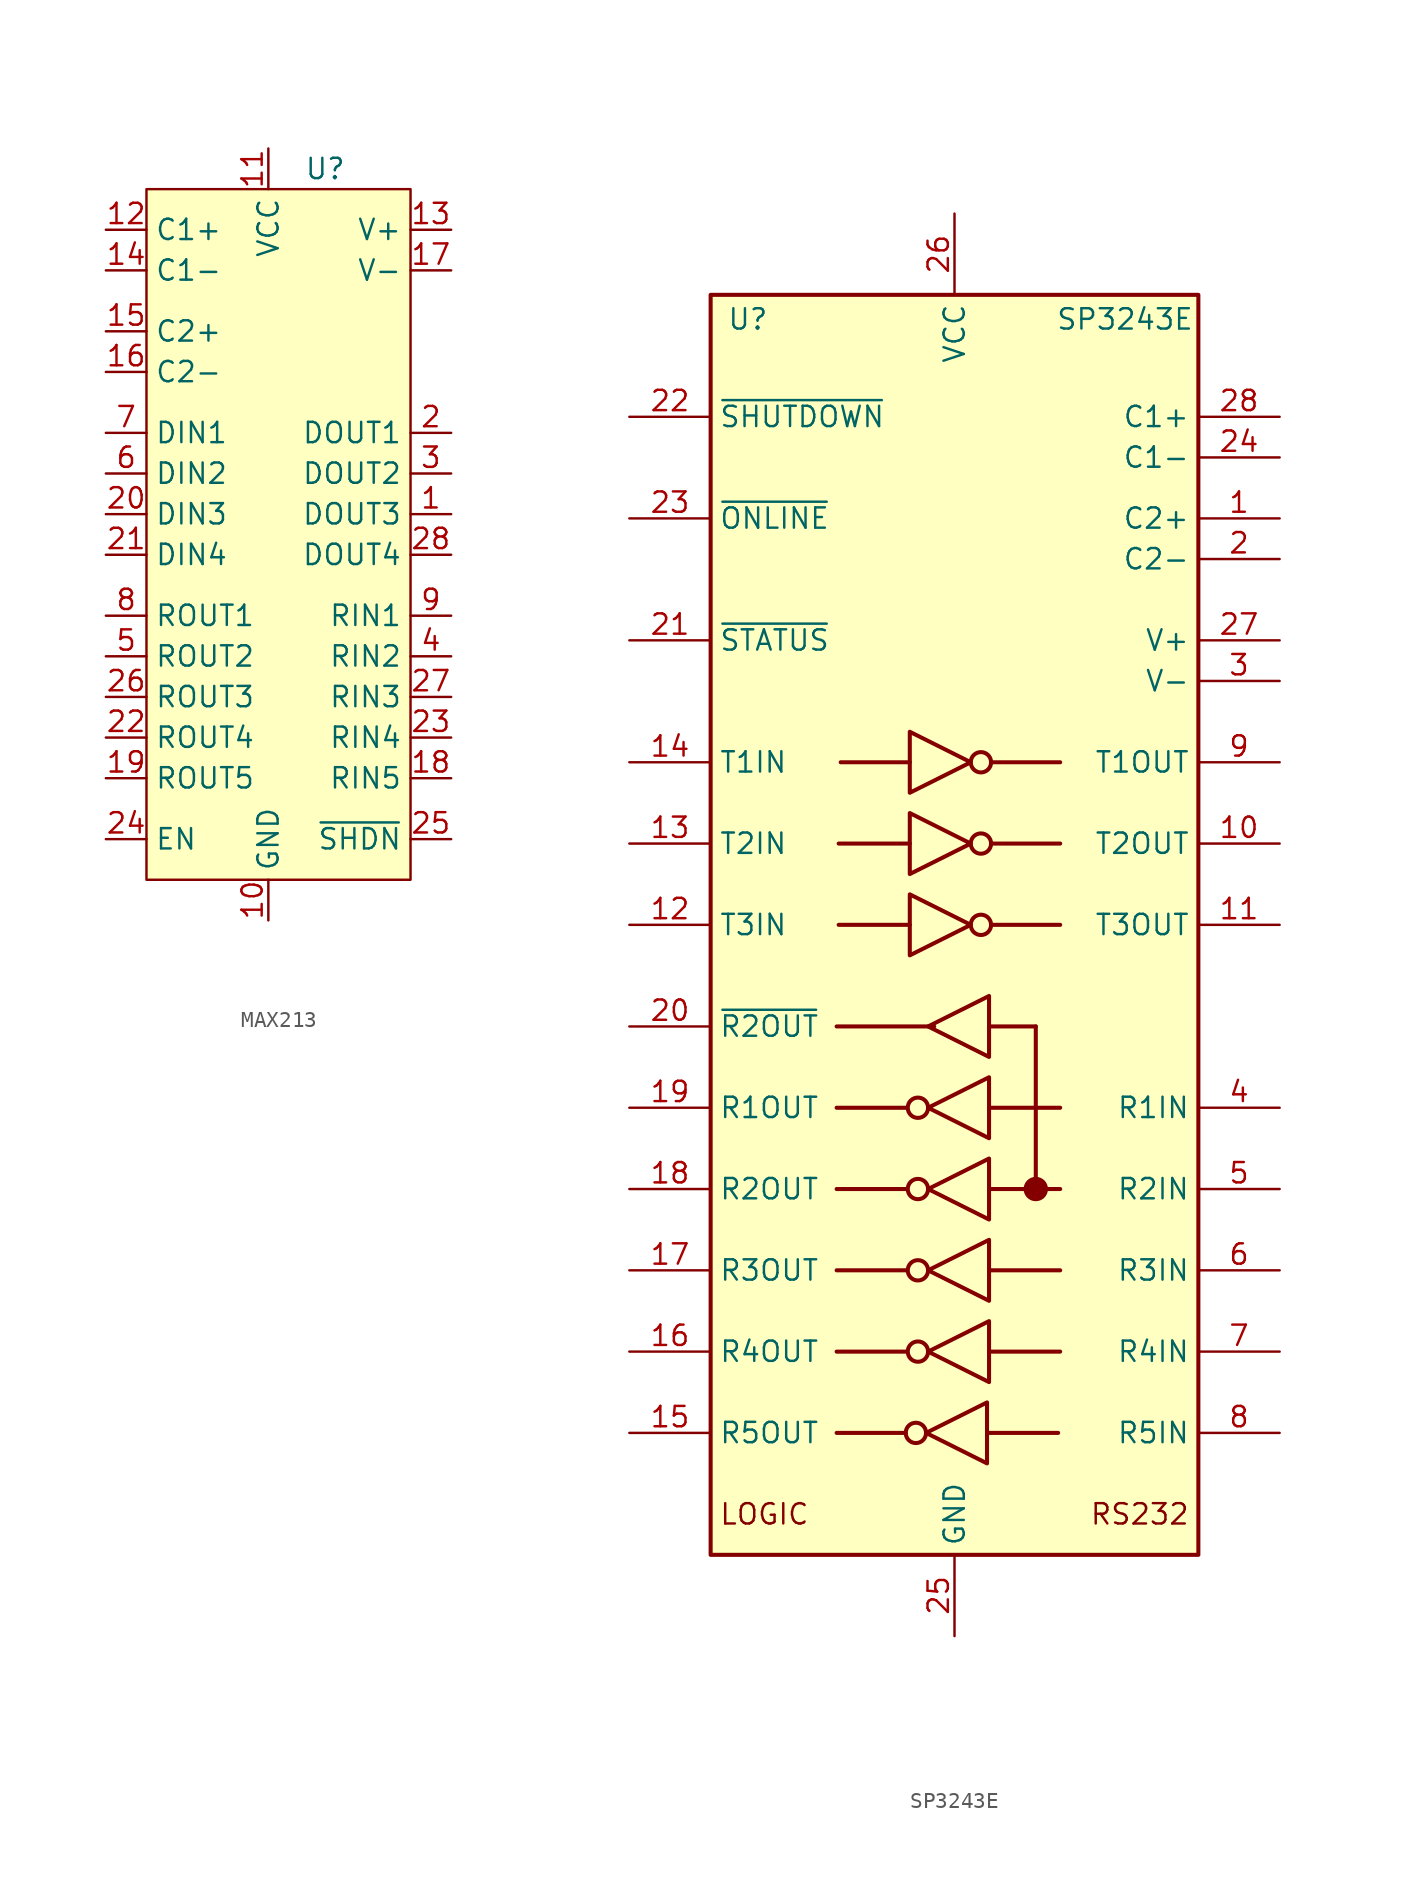
<source format=kicad_sym>
(kicad_symbol_lib
  (version 20241209)
  (generator "kicad_symbol_editor")
  (generator_version "9.0")
  (symbol "MAX213"
    (property "Reference" "U"
      (at 3.556 22.86 0)
      (effects (font (size 1.27 1.27))))
    (property "Value" ""
      (at 0 0 0)
      (effects (font (size 1.27 1.27))))
    (symbol "MAX213_0_1"
      (rectangle (start -7.62 21.59) (end 8.89 -21.59) (stroke (width 0) (type default)) (fill (type background))))
    (symbol "MAX213_1_1"
      (pin passive line (at -10.16 19.05 0) (length 2.54) (name "C1+" (effects (font (size 1.27 1.27)))) (number "12" (effects (font (size 1.27 1.27)))))
      (pin passive line (at -10.16 16.51 0) (length 2.54) (name "C1-" (effects (font (size 1.27 1.27)))) (number "14" (effects (font (size 1.27 1.27)))))
      (pin passive line (at -10.16 12.7 0) (length 2.54) (name "C2+" (effects (font (size 1.27 1.27)))) (number "15" (effects (font (size 1.27 1.27)))))
      (pin passive line (at -10.16 10.16 0) (length 2.54) (name "C2-" (effects (font (size 1.27 1.27)))) (number "16" (effects (font (size 1.27 1.27)))))
      (pin input line (at -10.16 6.35 0) (length 2.54) (name "DIN1" (effects (font (size 1.27 1.27)))) (number "7" (effects (font (size 1.27 1.27)))))
      (pin input line (at -10.16 3.81 0) (length 2.54) (name "DIN2" (effects (font (size 1.27 1.27)))) (number "6" (effects (font (size 1.27 1.27)))))
      (pin input line (at -10.16 1.27 0) (length 2.54) (name "DIN3" (effects (font (size 1.27 1.27)))) (number "20" (effects (font (size 1.27 1.27)))))
      (pin input line (at -10.16 -1.27 0) (length 2.54) (name "DIN4" (effects (font (size 1.27 1.27)))) (number "21" (effects (font (size 1.27 1.27)))))
      (pin output line (at -10.16 -5.08 0) (length 2.54) (name "ROUT1" (effects (font (size 1.27 1.27)))) (number "8" (effects (font (size 1.27 1.27)))))
      (pin output line (at -10.16 -7.62 0) (length 2.54) (name "ROUT2" (effects (font (size 1.27 1.27)))) (number "5" (effects (font (size 1.27 1.27)))))
      (pin output line (at -10.16 -10.16 0) (length 2.54) (name "ROUT3" (effects (font (size 1.27 1.27)))) (number "26" (effects (font (size 1.27 1.27)))))
      (pin output line (at -10.16 -12.7 0) (length 2.54) (name "ROUT4" (effects (font (size 1.27 1.27)))) (number "22" (effects (font (size 1.27 1.27)))))
      (pin output line (at -10.16 -15.24 0) (length 2.54) (name "ROUT5" (effects (font (size 1.27 1.27)))) (number "19" (effects (font (size 1.27 1.27)))))
      (pin input line (at -10.16 -19.05 0) (length 2.54) (name "EN" (effects (font (size 1.27 1.27)))) (number "24" (effects (font (size 1.27 1.27)))))
      (pin power_in line (at 0 24.13 270) (length 2.54) (name "VCC" (effects (font (size 1.27 1.27)))) (number "11" (effects (font (size 1.27 1.27)))))
      (pin power_in line (at 0 -24.13 90) (length 2.54) (name "GND" (effects (font (size 1.27 1.27)))) (number "10" (effects (font (size 1.27 1.27)))))
      (pin power_in line (at 11.43 19.05 180) (length 2.54) (name "V+" (effects (font (size 1.27 1.27)))) (number "13" (effects (font (size 1.27 1.27)))))
      (pin power_in line (at 11.43 16.51 180) (length 2.54) (name "V-" (effects (font (size 1.27 1.27)))) (number "17" (effects (font (size 1.27 1.27)))))
      (pin output line (at 11.43 6.35 180) (length 2.54) (name "DOUT1" (effects (font (size 1.27 1.27)))) (number "2" (effects (font (size 1.27 1.27)))))
      (pin output line (at 11.43 3.81 180) (length 2.54) (name "DOUT2" (effects (font (size 1.27 1.27)))) (number "3" (effects (font (size 1.27 1.27)))))
      (pin output line (at 11.43 1.27 180) (length 2.54) (name "DOUT3" (effects (font (size 1.27 1.27)))) (number "1" (effects (font (size 1.27 1.27)))))
      (pin output line (at 11.43 -1.27 180) (length 2.54) (name "DOUT4" (effects (font (size 1.27 1.27)))) (number "28" (effects (font (size 1.27 1.27)))))
      (pin input line (at 11.43 -5.08 180) (length 2.54) (name "RIN1" (effects (font (size 1.27 1.27)))) (number "9" (effects (font (size 1.27 1.27)))))
      (pin input line (at 11.43 -7.62 180) (length 2.54) (name "RIN2" (effects (font (size 1.27 1.27)))) (number "4" (effects (font (size 1.27 1.27)))))
      (pin input line (at 11.43 -10.16 180) (length 2.54) (name "RIN3" (effects (font (size 1.27 1.27)))) (number "27" (effects (font (size 1.27 1.27)))))
      (pin input line (at 11.43 -12.7 180) (length 2.54) (name "RIN4" (effects (font (size 1.27 1.27)))) (number "23" (effects (font (size 1.27 1.27)))))
      (pin input line (at 11.43 -15.24 180) (length 2.54) (name "RIN5" (effects (font (size 1.27 1.27)))) (number "18" (effects (font (size 1.27 1.27)))))
      (pin input line (at 11.43 -19.05 180) (length 2.54) (name "~{SHDN}" (effects (font (size 1.27 1.27)))) (number "25" (effects (font (size 1.27 1.27)))))))
  (symbol "SP3243E"
    (property "Reference" "U"
      (at -14.224 37.846 0)
      (effects (font (size 1.27 1.27)) (justify left)))
    (property "Value" "SP3243E"
      (at 14.986 37.846 0)
      (effects (font (size 1.27 1.27)) (justify right)))
    (symbol "SP3243E_0_1"
      (rectangle (start -15.24 39.37) (end 15.24 -39.37) (stroke (width 0.254) (type default)) (fill (type background)))
      (polyline (pts (xy -7.366 -31.75) (xy -3.048 -31.75)) (stroke (width 0.254) (type default)) (fill (type none)))
      (polyline (pts (xy -3.048 -11.43) (xy -7.366 -11.43)) (stroke (width 0.254) (type default)) (fill (type none)))
      (polyline (pts (xy -3.048 -16.51) (xy -7.366 -16.51)) (stroke (width 0.254) (type default)) (fill (type none)))
      (polyline (pts (xy -3.048 -21.59) (xy -7.366 -21.59)) (stroke (width 0.254) (type default)) (fill (type none)))
      (polyline (pts (xy -3.048 -26.67) (xy -7.366 -26.67)) (stroke (width 0.254) (type default)) (fill (type none)))
      (polyline (pts (xy -2.794 12.065) (xy -2.794 8.255) (xy 1.016 10.16) (xy -2.794 12.065)) (stroke (width 0.254) (type default)) (fill (type none)))
      (polyline (pts (xy -2.794 10.16) (xy -7.112 10.16)) (stroke (width 0.254) (type default)) (fill (type none)))
      (polyline (pts (xy -2.794 6.985) (xy -2.794 3.175) (xy 1.016 5.08) (xy -2.794 6.985)) (stroke (width 0.254) (type default)) (fill (type none)))
      (polyline (pts (xy -2.794 5.08) (xy -7.239 5.08)) (stroke (width 0.254) (type default)) (fill (type none)))
      (polyline (pts (xy -2.794 1.905) (xy -2.794 -1.905) (xy 1.016 0) (xy -2.794 1.905)) (stroke (width 0.254) (type default)) (fill (type none)))
      (polyline (pts (xy -2.794 0) (xy -7.239 0)) (stroke (width 0.254) (type default)) (fill (type none)))
      (circle (center -2.413 -31.75) (radius 0.635) (stroke (width 0.254) (type default)) (fill (type none)))
      (circle (center -2.286 -11.43) (radius 0.635) (stroke (width 0.254) (type default)) (fill (type none)))
      (circle (center -2.286 -16.51) (radius 0.635) (stroke (width 0.254) (type default)) (fill (type none)))
      (circle (center -2.286 -21.59) (radius 0.635) (stroke (width 0.254) (type default)) (fill (type none)))
      (circle (center -2.286 -26.67) (radius 0.635) (stroke (width 0.254) (type default)) (fill (type none)))
      (polyline (pts (xy -1.27 -6.35) (xy -7.366 -6.35)) (stroke (width 0.254) (type default)) (fill (type none)))
      (circle (center 1.651 10.16) (radius 0.635) (stroke (width 0.254) (type default)) (fill (type none)))
      (circle (center 1.651 5.08) (radius 0.635) (stroke (width 0.254) (type default)) (fill (type none)))
      (circle (center 1.651 0) (radius 0.635) (stroke (width 0.254) (type default)) (fill (type none)))
      (polyline (pts (xy 2.032 -29.845) (xy 2.032 -33.655) (xy -1.778 -31.75) (xy 2.032 -29.845)) (stroke (width 0.254) (type default)) (fill (type none)))
      (polyline (pts (xy 2.032 -31.75) (xy 6.477 -31.75)) (stroke (width 0.254) (type default)) (fill (type none)))
      (polyline (pts (xy 2.159 -4.445) (xy 2.159 -8.255) (xy -1.651 -6.35) (xy 2.159 -4.445)) (stroke (width 0.254) (type default)) (fill (type none)))
      (polyline (pts (xy 2.159 -6.35) (xy 5.08 -6.35)) (stroke (width 0.254) (type default)) (fill (type none)))
      (polyline (pts (xy 2.159 -9.525) (xy 2.159 -13.335) (xy -1.651 -11.43) (xy 2.159 -9.525)) (stroke (width 0.254) (type default)) (fill (type none)))
      (polyline (pts (xy 2.159 -11.43) (xy 6.604 -11.43)) (stroke (width 0.254) (type default)) (fill (type none)))
      (polyline (pts (xy 2.159 -14.605) (xy 2.159 -18.415) (xy -1.651 -16.51) (xy 2.159 -14.605)) (stroke (width 0.254) (type default)) (fill (type none)))
      (polyline (pts (xy 2.159 -16.51) (xy 6.604 -16.51)) (stroke (width 0.254) (type default)) (fill (type none)))
      (polyline (pts (xy 2.159 -19.685) (xy 2.159 -23.495) (xy -1.651 -21.59) (xy 2.159 -19.685)) (stroke (width 0.254) (type default)) (fill (type none)))
      (polyline (pts (xy 2.159 -21.59) (xy 6.604 -21.59)) (stroke (width 0.254) (type default)) (fill (type none)))
      (polyline (pts (xy 2.159 -24.765) (xy 2.159 -28.575) (xy -1.651 -26.67) (xy 2.159 -24.765)) (stroke (width 0.254) (type default)) (fill (type none)))
      (polyline (pts (xy 2.159 -26.67) (xy 6.604 -26.67)) (stroke (width 0.254) (type default)) (fill (type none)))
      (polyline (pts (xy 6.604 10.16) (xy 2.286 10.16)) (stroke (width 0.254) (type default)) (fill (type none)))
      (polyline (pts (xy 6.604 5.08) (xy 2.286 5.08)) (stroke (width 0.254) (type default)) (fill (type none)))
      (polyline (pts (xy 6.604 0) (xy 2.286 0)) (stroke (width 0.254) (type default)) (fill (type none))))
    (symbol "SP3243E_1_0"
      (text "LOGIC" (at -14.732 -36.83 0) (effects (font (size 1.27 1.27)) (justify left)))
      (text "RS232" (at 14.732 -36.83 0) (effects (font (size 1.27 1.27)) (justify right)))
      (pin input line (at -20.32 0 0) (length 5.08) (name "T3IN" (effects (font (size 1.27 1.27)))) (number "12" (effects (font (size 1.27 1.27)))))
      (pin tri_state line (at -20.32 -31.75 0) (length 5.08) (name "R5OUT" (effects (font (size 1.27 1.27)))) (number "15" (effects (font (size 1.27 1.27)))))
      (pin output line (at 20.32 0 180) (length 5.08) (name "T3OUT" (effects (font (size 1.27 1.27)))) (number "11" (effects (font (size 1.27 1.27)))))
      (pin input line (at 20.32 -31.75 180) (length 5.08) (name "R5IN" (effects (font (size 1.27 1.27)))) (number "8" (effects (font (size 1.27 1.27))))))
    (symbol "SP3243E_1_1"
      (polyline (pts (xy 5.08 -16.51) (xy 5.08 -6.35)) (stroke (width 0.254) (type solid)) (fill (type none)))
      (circle (center 5.08 -16.51) (radius 0.0001) (stroke (width 0.762) (type solid)) (fill (type none)))
      (pin input line (at -20.32 31.75 0) (length 5.08) (name "~{SHUTDOWN}" (effects (font (size 1.27 1.27)))) (number "22" (effects (font (size 1.27 1.27)))))
      (pin input line (at -20.32 25.4 0) (length 5.08) (name "~{ONLINE}" (effects (font (size 1.27 1.27)))) (number "23" (effects (font (size 1.27 1.27)))))
      (pin output line (at -20.32 17.78 0) (length 5.08) (name "~{STATUS}" (effects (font (size 1.27 1.27)))) (number "21" (effects (font (size 1.27 1.27)))))
      (pin input line (at -20.32 10.16 0) (length 5.08) (name "T1IN" (effects (font (size 1.27 1.27)))) (number "14" (effects (font (size 1.27 1.27)))))
      (pin input line (at -20.32 5.08 0) (length 5.08) (name "T2IN" (effects (font (size 1.27 1.27)))) (number "13" (effects (font (size 1.27 1.27)))))
      (pin tri_state line (at -20.32 -6.35 0) (length 5.08) (name "~{R2OUT}" (effects (font (size 1.27 1.27)))) (number "20" (effects (font (size 1.27 1.27)))))
      (pin tri_state line (at -20.32 -11.43 0) (length 5.08) (name "R1OUT" (effects (font (size 1.27 1.27)))) (number "19" (effects (font (size 1.27 1.27)))))
      (pin tri_state line (at -20.32 -16.51 0) (length 5.08) (name "R2OUT" (effects (font (size 1.27 1.27)))) (number "18" (effects (font (size 1.27 1.27)))))
      (pin tri_state line (at -20.32 -21.59 0) (length 5.08) (name "R3OUT" (effects (font (size 1.27 1.27)))) (number "17" (effects (font (size 1.27 1.27)))))
      (pin tri_state line (at -20.32 -26.67 0) (length 5.08) (name "R4OUT" (effects (font (size 1.27 1.27)))) (number "16" (effects (font (size 1.27 1.27)))))
      (pin power_in line (at 0 44.45 270) (length 5.08) (name "VCC" (effects (font (size 1.27 1.27)))) (number "26" (effects (font (size 1.27 1.27)))))
      (pin power_in line (at 0 -44.45 90) (length 5.08) (name "GND" (effects (font (size 1.27 1.27)))) (number "25" (effects (font (size 1.27 1.27)))))
      (pin passive line (at 20.32 31.75 180) (length 5.08) (name "C1+" (effects (font (size 1.27 1.27)))) (number "28" (effects (font (size 1.27 1.27)))))
      (pin passive line (at 20.32 29.21 180) (length 5.08) (name "C1-" (effects (font (size 1.27 1.27)))) (number "24" (effects (font (size 1.27 1.27)))))
      (pin passive line (at 20.32 25.4 180) (length 5.08) (name "C2+" (effects (font (size 1.27 1.27)))) (number "1" (effects (font (size 1.27 1.27)))))
      (pin passive line (at 20.32 22.86 180) (length 5.08) (name "C2-" (effects (font (size 1.27 1.27)))) (number "2" (effects (font (size 1.27 1.27)))))
      (pin passive line (at 20.32 17.78 180) (length 5.08) (name "V+" (effects (font (size 1.27 1.27)))) (number "27" (effects (font (size 1.27 1.27)))))
      (pin passive line (at 20.32 15.24 180) (length 5.08) (name "V-" (effects (font (size 1.27 1.27)))) (number "3" (effects (font (size 1.27 1.27)))))
      (pin output line (at 20.32 10.16 180) (length 5.08) (name "T1OUT" (effects (font (size 1.27 1.27)))) (number "9" (effects (font (size 1.27 1.27)))))
      (pin output line (at 20.32 5.08 180) (length 5.08) (name "T2OUT" (effects (font (size 1.27 1.27)))) (number "10" (effects (font (size 1.27 1.27)))))
      (pin input line (at 20.32 -11.43 180) (length 5.08) (name "R1IN" (effects (font (size 1.27 1.27)))) (number "4" (effects (font (size 1.27 1.27)))))
      (pin input line (at 20.32 -16.51 180) (length 5.08) (name "R2IN" (effects (font (size 1.27 1.27)))) (number "5" (effects (font (size 1.27 1.27)))))
      (pin input line (at 20.32 -21.59 180) (length 5.08) (name "R3IN" (effects (font (size 1.27 1.27)))) (number "6" (effects (font (size 1.27 1.27)))))
      (pin input line (at 20.32 -26.67 180) (length 5.08) (name "R4IN" (effects (font (size 1.27 1.27)))) (number "7" (effects (font (size 1.27 1.27))))))))
</source>
